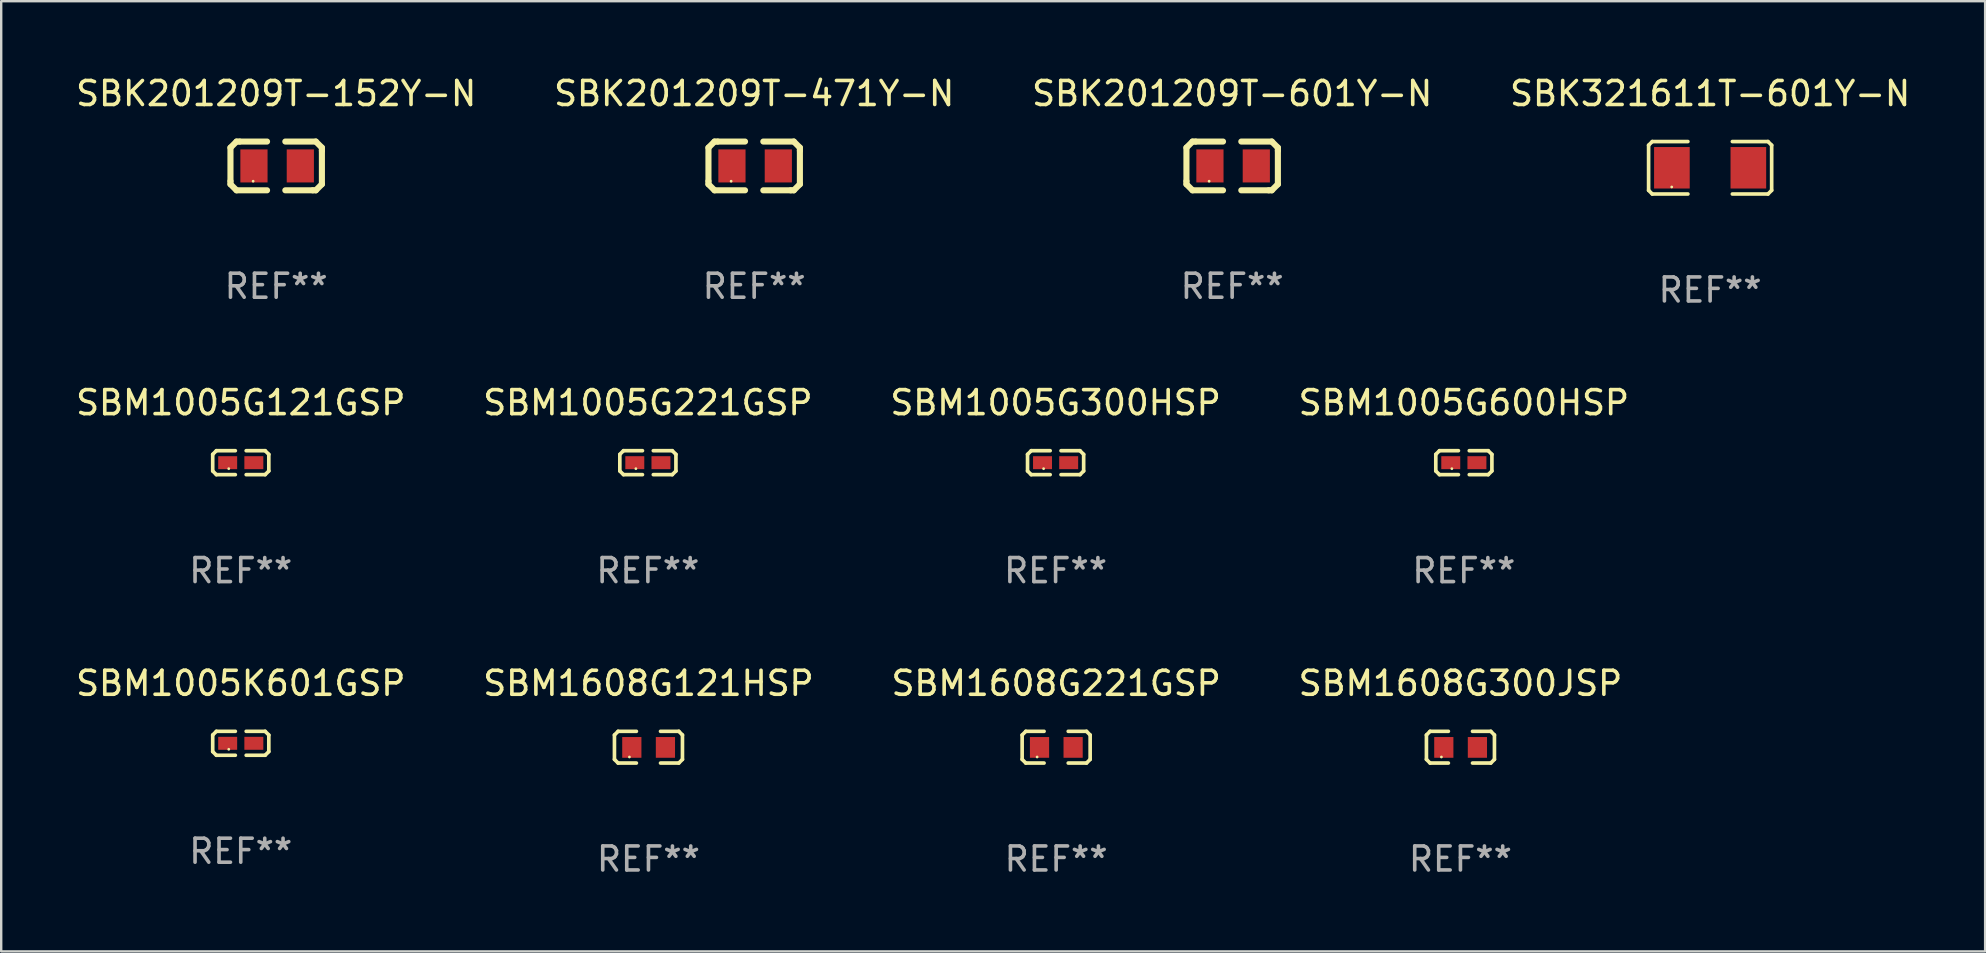
<source format=kicad_pcb>
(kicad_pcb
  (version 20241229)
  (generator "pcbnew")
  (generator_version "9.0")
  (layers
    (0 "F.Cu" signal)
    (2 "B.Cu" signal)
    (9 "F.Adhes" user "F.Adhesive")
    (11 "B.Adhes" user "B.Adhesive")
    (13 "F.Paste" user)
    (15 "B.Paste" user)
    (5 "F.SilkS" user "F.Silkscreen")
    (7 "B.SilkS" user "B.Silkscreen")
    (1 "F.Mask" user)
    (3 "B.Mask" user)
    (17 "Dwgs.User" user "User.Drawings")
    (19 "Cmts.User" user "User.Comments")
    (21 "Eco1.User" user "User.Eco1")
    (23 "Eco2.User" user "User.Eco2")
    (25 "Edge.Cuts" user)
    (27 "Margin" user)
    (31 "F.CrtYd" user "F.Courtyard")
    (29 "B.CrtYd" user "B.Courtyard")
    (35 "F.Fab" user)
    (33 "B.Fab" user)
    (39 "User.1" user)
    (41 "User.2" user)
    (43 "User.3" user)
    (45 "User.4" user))
  (footprint "SBM1005G600HSP"
    (layer "F.Cu")
    (at 57.946 16.229)
    (property "Reference" "SBM1005G600HSP" (at 0 -2.499 0) (layer "F.SilkS") (effects (font (size 1 1) (thickness 0.15))))
    (attr through_hole)
    (fp_line (start -1.169 -0.346) (end -1.016 -0.499) (stroke (width 0.152) (type solid)) (layer "F.SilkS"))
    (fp_line (start -1.169 0.346) (end -1.169 -0.346) (stroke (width 0.152) (type solid)) (layer "F.SilkS"))
    (fp_line (start -1.016 -0.499) (end -0.226 -0.499) (stroke (width 0.152) (type solid)) (layer "F.SilkS"))
    (fp_line (start -1.016 0.499) (end -1.169 0.346) (stroke (width 0.152) (type solid)) (layer "F.SilkS"))
    (fp_line (start -0.226 0.499) (end -1.016 0.499) (stroke (width 0.152) (type solid)) (layer "F.SilkS"))
    (fp_line (start 0.226 0.499) (end 1.016 0.499) (stroke (width 0.152) (type solid)) (layer "F.SilkS"))
    (fp_line (start 1.016 -0.499) (end 0.226 -0.499) (stroke (width 0.152) (type solid)) (layer "F.SilkS"))
    (fp_line (start 1.016 0.499) (end 1.169 0.346) (stroke (width 0.152) (type solid)) (layer "F.SilkS"))
    (fp_line (start 1.169 -0.346) (end 1.016 -0.499) (stroke (width 0.152) (type solid)) (layer "F.SilkS"))
    (fp_line (start 1.169 0.346) (end 1.169 -0.346) (stroke (width 0.152) (type solid)) (layer "F.SilkS"))
    (fp_circle (center -0.5 0.25) (end -0.47 0.25) (stroke (width 0.06) (type solid)) (fill no) (layer "F.SilkS"))
    (fp_text user "REF**" (at 0 4.499 0) (layer "F.Fab") (effects (font (size 1 1) (thickness 0.15))))
    (pad "1" smd rect (at -0.545 0) (size 0.79 0.54) (layers "F.Cu" "F.Mask" "F.Paste"))
    (pad "2" smd rect (at 0.545 0) (size 0.79 0.54) (layers "F.Cu" "F.Mask" "F.Paste")))
  (footprint "SBM1608G221GSP"
    (layer "F.Cu")
    (at 40.958 28.084)
    (property "Reference" "SBM1608G221GSP" (at 0 -2.661 0) (layer "F.SilkS") (effects (font (size 1 1) (thickness 0.15))))
    (attr through_hole)
    (fp_line (start -1.417 -0.508) (end -1.265 -0.661) (stroke (width 0.152) (type solid)) (layer "F.SilkS"))
    (fp_line (start -1.417 0.508) (end -1.417 -0.508) (stroke (width 0.152) (type solid)) (layer "F.SilkS"))
    (fp_line (start -1.265 -0.661) (end -0.503 -0.661) (stroke (width 0.152) (type solid)) (layer "F.SilkS"))
    (fp_line (start -1.265 0.661) (end -1.417 0.508) (stroke (width 0.152) (type solid)) (layer "F.SilkS"))
    (fp_line (start -1.265 0.661) (end -0.503 0.661) (stroke (width 0.152) (type solid)) (layer "F.SilkS"))
    (fp_line (start 1.265 -0.661) (end 0.503 -0.661) (stroke (width 0.152) (type solid)) (layer "F.SilkS"))
    (fp_line (start 1.265 -0.661) (end 1.417 -0.508) (stroke (width 0.152) (type solid)) (layer "F.SilkS"))
    (fp_line (start 1.265 0.661) (end 0.503 0.661) (stroke (width 0.152) (type solid)) (layer "F.SilkS"))
    (fp_line (start 1.417 -0.508) (end 1.417 0.508) (stroke (width 0.152) (type solid)) (layer "F.SilkS"))
    (fp_line (start 1.417 0.508) (end 1.265 0.661) (stroke (width 0.152) (type solid)) (layer "F.SilkS"))
    (fp_circle (center -0.793 0.409) (end -0.763 0.409) (stroke (width 0.06) (type solid)) (fill no) (layer "F.SilkS"))
    (fp_text user "REF**" (at 0 4.661 0) (layer "F.Fab") (effects (font (size 1 1) (thickness 0.15))))
    (pad "1" smd rect (at -0.693 0.009 180) (size 0.8 0.864) (layers "F.Cu" "F.Mask" "F.Paste"))
    (pad "2" smd rect (at 0.707 0.009 180) (size 0.8 0.864) (layers "F.Cu" "F.Mask" "F.Paste")))
  (footprint "SBM1005K601GSP"
    (layer "F.Cu")
    (at 6.982 27.922)
    (property "Reference" "SBM1005K601GSP" (at 0 -2.499 0) (layer "F.SilkS") (effects (font (size 1 1) (thickness 0.15))))
    (attr through_hole)
    (fp_line (start -1.169 -0.346) (end -1.016 -0.499) (stroke (width 0.152) (type solid)) (layer "F.SilkS"))
    (fp_line (start -1.169 0.346) (end -1.169 -0.346) (stroke (width 0.152) (type solid)) (layer "F.SilkS"))
    (fp_line (start -1.016 -0.499) (end -0.226 -0.499) (stroke (width 0.152) (type solid)) (layer "F.SilkS"))
    (fp_line (start -1.016 0.499) (end -1.169 0.346) (stroke (width 0.152) (type solid)) (layer "F.SilkS"))
    (fp_line (start -0.226 0.499) (end -1.016 0.499) (stroke (width 0.152) (type solid)) (layer "F.SilkS"))
    (fp_line (start 0.226 0.499) (end 1.016 0.499) (stroke (width 0.152) (type solid)) (layer "F.SilkS"))
    (fp_line (start 1.016 -0.499) (end 0.226 -0.499) (stroke (width 0.152) (type solid)) (layer "F.SilkS"))
    (fp_line (start 1.016 0.499) (end 1.169 0.346) (stroke (width 0.152) (type solid)) (layer "F.SilkS"))
    (fp_line (start 1.169 -0.346) (end 1.016 -0.499) (stroke (width 0.152) (type solid)) (layer "F.SilkS"))
    (fp_line (start 1.169 0.346) (end 1.169 -0.346) (stroke (width 0.152) (type solid)) (layer "F.SilkS"))
    (fp_circle (center -0.5 0.25) (end -0.47 0.25) (stroke (width 0.06) (type solid)) (fill no) (layer "F.SilkS"))
    (fp_text user "REF**" (at 0 4.499 0) (layer "F.Fab") (effects (font (size 1 1) (thickness 0.15))))
    (pad "1" smd rect (at -0.545 0) (size 0.79 0.54) (layers "F.Cu" "F.Mask" "F.Paste"))
    (pad "2" smd rect (at 0.545 0) (size 0.79 0.54) (layers "F.Cu" "F.Mask" "F.Paste")))
  (footprint "SBM1608G300JSP"
    (layer "F.Cu")
    (at 57.804 28.084)
    (property "Reference" "SBM1608G300JSP" (at 0 -2.661 0) (layer "F.SilkS") (effects (font (size 1 1) (thickness 0.15))))
    (attr through_hole)
    (fp_line (start -1.417 -0.508) (end -1.265 -0.661) (stroke (width 0.152) (type solid)) (layer "F.SilkS"))
    (fp_line (start -1.417 0.508) (end -1.417 -0.508) (stroke (width 0.152) (type solid)) (layer "F.SilkS"))
    (fp_line (start -1.265 -0.661) (end -0.503 -0.661) (stroke (width 0.152) (type solid)) (layer "F.SilkS"))
    (fp_line (start -1.265 0.661) (end -1.417 0.508) (stroke (width 0.152) (type solid)) (layer "F.SilkS"))
    (fp_line (start -1.265 0.661) (end -0.503 0.661) (stroke (width 0.152) (type solid)) (layer "F.SilkS"))
    (fp_line (start 1.265 -0.661) (end 0.503 -0.661) (stroke (width 0.152) (type solid)) (layer "F.SilkS"))
    (fp_line (start 1.265 -0.661) (end 1.417 -0.508) (stroke (width 0.152) (type solid)) (layer "F.SilkS"))
    (fp_line (start 1.265 0.661) (end 0.503 0.661) (stroke (width 0.152) (type solid)) (layer "F.SilkS"))
    (fp_line (start 1.417 -0.508) (end 1.417 0.508) (stroke (width 0.152) (type solid)) (layer "F.SilkS"))
    (fp_line (start 1.417 0.508) (end 1.265 0.661) (stroke (width 0.152) (type solid)) (layer "F.SilkS"))
    (fp_circle (center -0.793 0.409) (end -0.763 0.409) (stroke (width 0.06) (type solid)) (fill no) (layer "F.SilkS"))
    (fp_text user "REF**" (at 0 4.661 0) (layer "F.Fab") (effects (font (size 1 1) (thickness 0.15))))
    (pad "1" smd rect (at -0.693 0.009 180) (size 0.8 0.864) (layers "F.Cu" "F.Mask" "F.Paste"))
    (pad "2" smd rect (at 0.707 0.009 180) (size 0.8 0.864) (layers "F.Cu" "F.Mask" "F.Paste")))
  (footprint "SBK201209T-601Y-N"
    (layer "F.Cu")
    (at 48.292 3.864)
    (property "Reference" "SBK201209T-601Y-N" (at 0 -3.016 0) (layer "F.SilkS") (effects (font (size 1 1) (thickness 0.15))))
    (attr through_hole)
    (fp_line (start -1.905 -0.762) (end -1.905 0.635) (stroke (width 0.254) (type solid)) (layer "F.SilkS"))
    (fp_line (start -1.905 0.635) (end -1.905 0.762) (stroke (width 0.254) (type solid)) (layer "F.SilkS"))
    (fp_line (start -1.905 0.762) (end -1.651 1.016) (stroke (width 0.254) (type solid)) (layer "F.SilkS"))
    (fp_line (start -1.651 -1.016) (end -1.905 -0.762) (stroke (width 0.254) (type solid)) (layer "F.SilkS"))
    (fp_line (start -1.651 1.016) (end -0.381 1.016) (stroke (width 0.254) (type solid)) (layer "F.SilkS"))
    (fp_line (start -1.524 -1.016) (end -1.651 -1.016) (stroke (width 0.254) (type solid)) (layer "F.SilkS"))
    (fp_line (start -0.381 -1.016) (end -1.524 -1.016) (stroke (width 0.254) (type solid)) (layer "F.SilkS"))
    (fp_line (start 0.381 1.016) (end 1.524 1.016) (stroke (width 0.254) (type solid)) (layer "F.SilkS"))
    (fp_line (start 1.524 1.016) (end 1.651 1.016) (stroke (width 0.254) (type solid)) (layer "F.SilkS"))
    (fp_line (start 1.651 -1.016) (end 0.381 -1.016) (stroke (width 0.254) (type solid)) (layer "F.SilkS"))
    (fp_line (start 1.651 1.016) (end 1.905 0.762) (stroke (width 0.254) (type solid)) (layer "F.SilkS"))
    (fp_line (start 1.905 -0.762) (end 1.651 -1.016) (stroke (width 0.254) (type solid)) (layer "F.SilkS"))
    (fp_line (start 1.905 -0.635) (end 1.905 -0.762) (stroke (width 0.254) (type solid)) (layer "F.SilkS"))
    (fp_line (start 1.905 0.762) (end 1.905 -0.635) (stroke (width 0.254) (type solid)) (layer "F.SilkS"))
    (fp_circle (center -0.96 0.637) (end -0.93 0.637) (stroke (width 0.06) (type solid)) (fill no) (layer "F.SilkS"))
    (fp_text user "REF**" (at 0 5.016 0) (layer "F.Fab") (effects (font (size 1 1) (thickness 0.15))))
    (pad "1" smd rect (at -0.926 -0.000051) (size 1.133 1.377) (layers "F.Cu" "F.Mask" "F.Paste"))
    (pad "2" smd rect (at 1.006 -0.000051) (size 1.133 1.377) (layers "F.Cu" "F.Mask" "F.Paste")))
  (footprint "SBM1608G121HSP"
    (layer "F.Cu")
    (at 23.97 28.084)
    (property "Reference" "SBM1608G121HSP" (at 0 -2.661 0) (layer "F.SilkS") (effects (font (size 1 1) (thickness 0.15))))
    (attr through_hole)
    (fp_line (start -1.417 -0.508) (end -1.265 -0.661) (stroke (width 0.152) (type solid)) (layer "F.SilkS"))
    (fp_line (start -1.417 0.508) (end -1.417 -0.508) (stroke (width 0.152) (type solid)) (layer "F.SilkS"))
    (fp_line (start -1.265 -0.661) (end -0.503 -0.661) (stroke (width 0.152) (type solid)) (layer "F.SilkS"))
    (fp_line (start -1.265 0.661) (end -1.417 0.508) (stroke (width 0.152) (type solid)) (layer "F.SilkS"))
    (fp_line (start -1.265 0.661) (end -0.503 0.661) (stroke (width 0.152) (type solid)) (layer "F.SilkS"))
    (fp_line (start 1.265 -0.661) (end 0.503 -0.661) (stroke (width 0.152) (type solid)) (layer "F.SilkS"))
    (fp_line (start 1.265 -0.661) (end 1.417 -0.508) (stroke (width 0.152) (type solid)) (layer "F.SilkS"))
    (fp_line (start 1.265 0.661) (end 0.503 0.661) (stroke (width 0.152) (type solid)) (layer "F.SilkS"))
    (fp_line (start 1.417 -0.508) (end 1.417 0.508) (stroke (width 0.152) (type solid)) (layer "F.SilkS"))
    (fp_line (start 1.417 0.508) (end 1.265 0.661) (stroke (width 0.152) (type solid)) (layer "F.SilkS"))
    (fp_circle (center -0.793 0.409) (end -0.763 0.409) (stroke (width 0.06) (type solid)) (fill no) (layer "F.SilkS"))
    (fp_text user "REF**" (at 0 4.661 0) (layer "F.Fab") (effects (font (size 1 1) (thickness 0.15))))
    (pad "1" smd rect (at -0.693 0.009 180) (size 0.8 0.864) (layers "F.Cu" "F.Mask" "F.Paste"))
    (pad "2" smd rect (at 0.707 0.009 180) (size 0.8 0.864) (layers "F.Cu" "F.Mask" "F.Paste")))
  (footprint "SBK321611T-601Y-N"
    (layer "F.Cu")
    (at 68.208 3.941)
    (property "Reference" "SBK321611T-601Y-N" (at 0 -3.093 0) (layer "F.SilkS") (effects (font (size 1 1) (thickness 0.15))))
    (attr through_hole)
    (fp_line (start -2.564 -0.94) (end -2.411 -1.093) (stroke (width 0.152) (type solid)) (layer "F.SilkS"))
    (fp_line (start -2.564 0.94) (end -2.564 -0.94) (stroke (width 0.152) (type solid)) (layer "F.SilkS"))
    (fp_line (start -2.411 -1.093) (end -0.926 -1.093) (stroke (width 0.152) (type solid)) (layer "F.SilkS"))
    (fp_line (start -2.411 1.093) (end -2.564 0.94) (stroke (width 0.152) (type solid)) (layer "F.SilkS"))
    (fp_line (start -0.926 1.093) (end -2.411 1.093) (stroke (width 0.152) (type solid)) (layer "F.SilkS"))
    (fp_line (start 0.926 1.093) (end 2.411 1.093) (stroke (width 0.152) (type solid)) (layer "F.SilkS"))
    (fp_line (start 2.411 -1.093) (end 0.926 -1.093) (stroke (width 0.152) (type solid)) (layer "F.SilkS"))
    (fp_line (start 2.411 1.093) (end 2.564 0.94) (stroke (width 0.152) (type solid)) (layer "F.SilkS"))
    (fp_line (start 2.564 -0.94) (end 2.411 -1.093) (stroke (width 0.152) (type solid)) (layer "F.SilkS"))
    (fp_line (start 2.564 0.94) (end 2.564 -0.94) (stroke (width 0.152) (type solid)) (layer "F.SilkS"))
    (fp_circle (center -1.6 0.8) (end -1.57 0.8) (stroke (width 0.06) (type solid)) (fill no) (layer "F.SilkS"))
    (fp_text user "REF**" (at 0 5.093 0) (layer "F.Fab") (effects (font (size 1 1) (thickness 0.15))))
    (pad "1" smd rect (at -1.593 0) (size 1.485 1.728) (layers "F.Cu" "F.Mask" "F.Paste"))
    (pad "2" smd rect (at 1.593 0) (size 1.485 1.728) (layers "F.Cu" "F.Mask" "F.Paste")))
  (footprint "SBK201209T-471Y-N"
    (layer "F.Cu")
    (at 28.375 3.864)
    (property "Reference" "SBK201209T-471Y-N" (at 0 -3.016 0) (layer "F.SilkS") (effects (font (size 1 1) (thickness 0.15))))
    (attr through_hole)
    (fp_line (start -1.905 -0.762) (end -1.905 0.635) (stroke (width 0.254) (type solid)) (layer "F.SilkS"))
    (fp_line (start -1.905 0.635) (end -1.905 0.762) (stroke (width 0.254) (type solid)) (layer "F.SilkS"))
    (fp_line (start -1.905 0.762) (end -1.651 1.016) (stroke (width 0.254) (type solid)) (layer "F.SilkS"))
    (fp_line (start -1.651 -1.016) (end -1.905 -0.762) (stroke (width 0.254) (type solid)) (layer "F.SilkS"))
    (fp_line (start -1.651 1.016) (end -0.381 1.016) (stroke (width 0.254) (type solid)) (layer "F.SilkS"))
    (fp_line (start -1.524 -1.016) (end -1.651 -1.016) (stroke (width 0.254) (type solid)) (layer "F.SilkS"))
    (fp_line (start -0.381 -1.016) (end -1.524 -1.016) (stroke (width 0.254) (type solid)) (layer "F.SilkS"))
    (fp_line (start 0.381 1.016) (end 1.524 1.016) (stroke (width 0.254) (type solid)) (layer "F.SilkS"))
    (fp_line (start 1.524 1.016) (end 1.651 1.016) (stroke (width 0.254) (type solid)) (layer "F.SilkS"))
    (fp_line (start 1.651 -1.016) (end 0.381 -1.016) (stroke (width 0.254) (type solid)) (layer "F.SilkS"))
    (fp_line (start 1.651 1.016) (end 1.905 0.762) (stroke (width 0.254) (type solid)) (layer "F.SilkS"))
    (fp_line (start 1.905 -0.762) (end 1.651 -1.016) (stroke (width 0.254) (type solid)) (layer "F.SilkS"))
    (fp_line (start 1.905 -0.635) (end 1.905 -0.762) (stroke (width 0.254) (type solid)) (layer "F.SilkS"))
    (fp_line (start 1.905 0.762) (end 1.905 -0.635) (stroke (width 0.254) (type solid)) (layer "F.SilkS"))
    (fp_circle (center -0.96 0.637) (end -0.93 0.637) (stroke (width 0.06) (type solid)) (fill no) (layer "F.SilkS"))
    (fp_text user "REF**" (at 0 5.016 0) (layer "F.Fab") (effects (font (size 1 1) (thickness 0.15))))
    (pad "1" smd rect (at -0.926 -0.000051) (size 1.133 1.377) (layers "F.Cu" "F.Mask" "F.Paste"))
    (pad "2" smd rect (at 1.006 -0.000051) (size 1.133 1.377) (layers "F.Cu" "F.Mask" "F.Paste")))
  (footprint "SBM1005G121GSP"
    (layer "F.Cu")
    (at 6.982 16.229)
    (property "Reference" "SBM1005G121GSP" (at 0 -2.499 0) (layer "F.SilkS") (effects (font (size 1 1) (thickness 0.15))))
    (attr through_hole)
    (fp_line (start -1.169 -0.346) (end -1.016 -0.499) (stroke (width 0.152) (type solid)) (layer "F.SilkS"))
    (fp_line (start -1.169 0.346) (end -1.169 -0.346) (stroke (width 0.152) (type solid)) (layer "F.SilkS"))
    (fp_line (start -1.016 -0.499) (end -0.226 -0.499) (stroke (width 0.152) (type solid)) (layer "F.SilkS"))
    (fp_line (start -1.016 0.499) (end -1.169 0.346) (stroke (width 0.152) (type solid)) (layer "F.SilkS"))
    (fp_line (start -0.226 0.499) (end -1.016 0.499) (stroke (width 0.152) (type solid)) (layer "F.SilkS"))
    (fp_line (start 0.226 0.499) (end 1.016 0.499) (stroke (width 0.152) (type solid)) (layer "F.SilkS"))
    (fp_line (start 1.016 -0.499) (end 0.226 -0.499) (stroke (width 0.152) (type solid)) (layer "F.SilkS"))
    (fp_line (start 1.016 0.499) (end 1.169 0.346) (stroke (width 0.152) (type solid)) (layer "F.SilkS"))
    (fp_line (start 1.169 -0.346) (end 1.016 -0.499) (stroke (width 0.152) (type solid)) (layer "F.SilkS"))
    (fp_line (start 1.169 0.346) (end 1.169 -0.346) (stroke (width 0.152) (type solid)) (layer "F.SilkS"))
    (fp_circle (center -0.5 0.25) (end -0.47 0.25) (stroke (width 0.06) (type solid)) (fill no) (layer "F.SilkS"))
    (fp_text user "REF**" (at 0 4.499 0) (layer "F.Fab") (effects (font (size 1 1) (thickness 0.15))))
    (pad "1" smd rect (at -0.545 0) (size 0.79 0.54) (layers "F.Cu" "F.Mask" "F.Paste"))
    (pad "2" smd rect (at 0.545 0) (size 0.79 0.54) (layers "F.Cu" "F.Mask" "F.Paste")))
  (footprint "SBM1005G221GSP"
    (layer "F.Cu")
    (at 23.946 16.229)
    (property "Reference" "SBM1005G221GSP" (at 0 -2.499 0) (layer "F.SilkS") (effects (font (size 1 1) (thickness 0.15))))
    (attr through_hole)
    (fp_line (start -1.169 -0.346) (end -1.016 -0.499) (stroke (width 0.152) (type solid)) (layer "F.SilkS"))
    (fp_line (start -1.169 0.346) (end -1.169 -0.346) (stroke (width 0.152) (type solid)) (layer "F.SilkS"))
    (fp_line (start -1.016 -0.499) (end -0.226 -0.499) (stroke (width 0.152) (type solid)) (layer "F.SilkS"))
    (fp_line (start -1.016 0.499) (end -1.169 0.346) (stroke (width 0.152) (type solid)) (layer "F.SilkS"))
    (fp_line (start -0.226 0.499) (end -1.016 0.499) (stroke (width 0.152) (type solid)) (layer "F.SilkS"))
    (fp_line (start 0.226 0.499) (end 1.016 0.499) (stroke (width 0.152) (type solid)) (layer "F.SilkS"))
    (fp_line (start 1.016 -0.499) (end 0.226 -0.499) (stroke (width 0.152) (type solid)) (layer "F.SilkS"))
    (fp_line (start 1.016 0.499) (end 1.169 0.346) (stroke (width 0.152) (type solid)) (layer "F.SilkS"))
    (fp_line (start 1.169 -0.346) (end 1.016 -0.499) (stroke (width 0.152) (type solid)) (layer "F.SilkS"))
    (fp_line (start 1.169 0.346) (end 1.169 -0.346) (stroke (width 0.152) (type solid)) (layer "F.SilkS"))
    (fp_circle (center -0.5 0.25) (end -0.47 0.25) (stroke (width 0.06) (type solid)) (fill no) (layer "F.SilkS"))
    (fp_text user "REF**" (at 0 4.499 0) (layer "F.Fab") (effects (font (size 1 1) (thickness 0.15))))
    (pad "1" smd rect (at -0.545 0) (size 0.79 0.54) (layers "F.Cu" "F.Mask" "F.Paste"))
    (pad "2" smd rect (at 0.545 0) (size 0.79 0.54) (layers "F.Cu" "F.Mask" "F.Paste")))
  (footprint "SBK201209T-152Y-N"
    (layer "F.Cu")
    (at 8.458 3.864)
    (property "Reference" "SBK201209T-152Y-N" (at 0 -3.016 0) (layer "F.SilkS") (effects (font (size 1 1) (thickness 0.15))))
    (attr through_hole)
    (fp_line (start -1.905 -0.762) (end -1.905 0.635) (stroke (width 0.254) (type solid)) (layer "F.SilkS"))
    (fp_line (start -1.905 0.635) (end -1.905 0.762) (stroke (width 0.254) (type solid)) (layer "F.SilkS"))
    (fp_line (start -1.905 0.762) (end -1.651 1.016) (stroke (width 0.254) (type solid)) (layer "F.SilkS"))
    (fp_line (start -1.651 -1.016) (end -1.905 -0.762) (stroke (width 0.254) (type solid)) (layer "F.SilkS"))
    (fp_line (start -1.651 1.016) (end -0.381 1.016) (stroke (width 0.254) (type solid)) (layer "F.SilkS"))
    (fp_line (start -1.524 -1.016) (end -1.651 -1.016) (stroke (width 0.254) (type solid)) (layer "F.SilkS"))
    (fp_line (start -0.381 -1.016) (end -1.524 -1.016) (stroke (width 0.254) (type solid)) (layer "F.SilkS"))
    (fp_line (start 0.381 1.016) (end 1.524 1.016) (stroke (width 0.254) (type solid)) (layer "F.SilkS"))
    (fp_line (start 1.524 1.016) (end 1.651 1.016) (stroke (width 0.254) (type solid)) (layer "F.SilkS"))
    (fp_line (start 1.651 -1.016) (end 0.381 -1.016) (stroke (width 0.254) (type solid)) (layer "F.SilkS"))
    (fp_line (start 1.651 1.016) (end 1.905 0.762) (stroke (width 0.254) (type solid)) (layer "F.SilkS"))
    (fp_line (start 1.905 -0.762) (end 1.651 -1.016) (stroke (width 0.254) (type solid)) (layer "F.SilkS"))
    (fp_line (start 1.905 -0.635) (end 1.905 -0.762) (stroke (width 0.254) (type solid)) (layer "F.SilkS"))
    (fp_line (start 1.905 0.762) (end 1.905 -0.635) (stroke (width 0.254) (type solid)) (layer "F.SilkS"))
    (fp_circle (center -0.96 0.637) (end -0.93 0.637) (stroke (width 0.06) (type solid)) (fill no) (layer "F.SilkS"))
    (fp_text user "REF**" (at 0 5.016 0) (layer "F.Fab") (effects (font (size 1 1) (thickness 0.15))))
    (pad "1" smd rect (at -0.926 -0.000051) (size 1.133 1.377) (layers "F.Cu" "F.Mask" "F.Paste"))
    (pad "2" smd rect (at 1.006 -0.000051) (size 1.133 1.377) (layers "F.Cu" "F.Mask" "F.Paste")))
  (footprint "SBM1005G300HSP"
    (layer "F.Cu")
    (at 40.935 16.229)
    (property "Reference" "SBM1005G300HSP" (at 0 -2.499 0) (layer "F.SilkS") (effects (font (size 1 1) (thickness 0.15))))
    (attr through_hole)
    (fp_line (start -1.169 -0.346) (end -1.016 -0.499) (stroke (width 0.152) (type solid)) (layer "F.SilkS"))
    (fp_line (start -1.169 0.346) (end -1.169 -0.346) (stroke (width 0.152) (type solid)) (layer "F.SilkS"))
    (fp_line (start -1.016 -0.499) (end -0.226 -0.499) (stroke (width 0.152) (type solid)) (layer "F.SilkS"))
    (fp_line (start -1.016 0.499) (end -1.169 0.346) (stroke (width 0.152) (type solid)) (layer "F.SilkS"))
    (fp_line (start -0.226 0.499) (end -1.016 0.499) (stroke (width 0.152) (type solid)) (layer "F.SilkS"))
    (fp_line (start 0.226 0.499) (end 1.016 0.499) (stroke (width 0.152) (type solid)) (layer "F.SilkS"))
    (fp_line (start 1.016 -0.499) (end 0.226 -0.499) (stroke (width 0.152) (type solid)) (layer "F.SilkS"))
    (fp_line (start 1.016 0.499) (end 1.169 0.346) (stroke (width 0.152) (type solid)) (layer "F.SilkS"))
    (fp_line (start 1.169 -0.346) (end 1.016 -0.499) (stroke (width 0.152) (type solid)) (layer "F.SilkS"))
    (fp_line (start 1.169 0.346) (end 1.169 -0.346) (stroke (width 0.152) (type solid)) (layer "F.SilkS"))
    (fp_circle (center -0.5 0.25) (end -0.47 0.25) (stroke (width 0.06) (type solid)) (fill no) (layer "F.SilkS"))
    (fp_text user "REF**" (at 0 4.499 0) (layer "F.Fab") (effects (font (size 1 1) (thickness 0.15))))
    (pad "1" smd rect (at -0.545 0) (size 0.79 0.54) (layers "F.Cu" "F.Mask" "F.Paste"))
    (pad "2" smd rect (at 0.545 0) (size 0.79 0.54) (layers "F.Cu" "F.Mask" "F.Paste")))
  (gr_rect
    (start -3 -3)
    (end 79.667 36.593)
    (stroke (width 0.1) (type default))
    (fill no)
    (layer "Edge.Cuts")))
</source>
